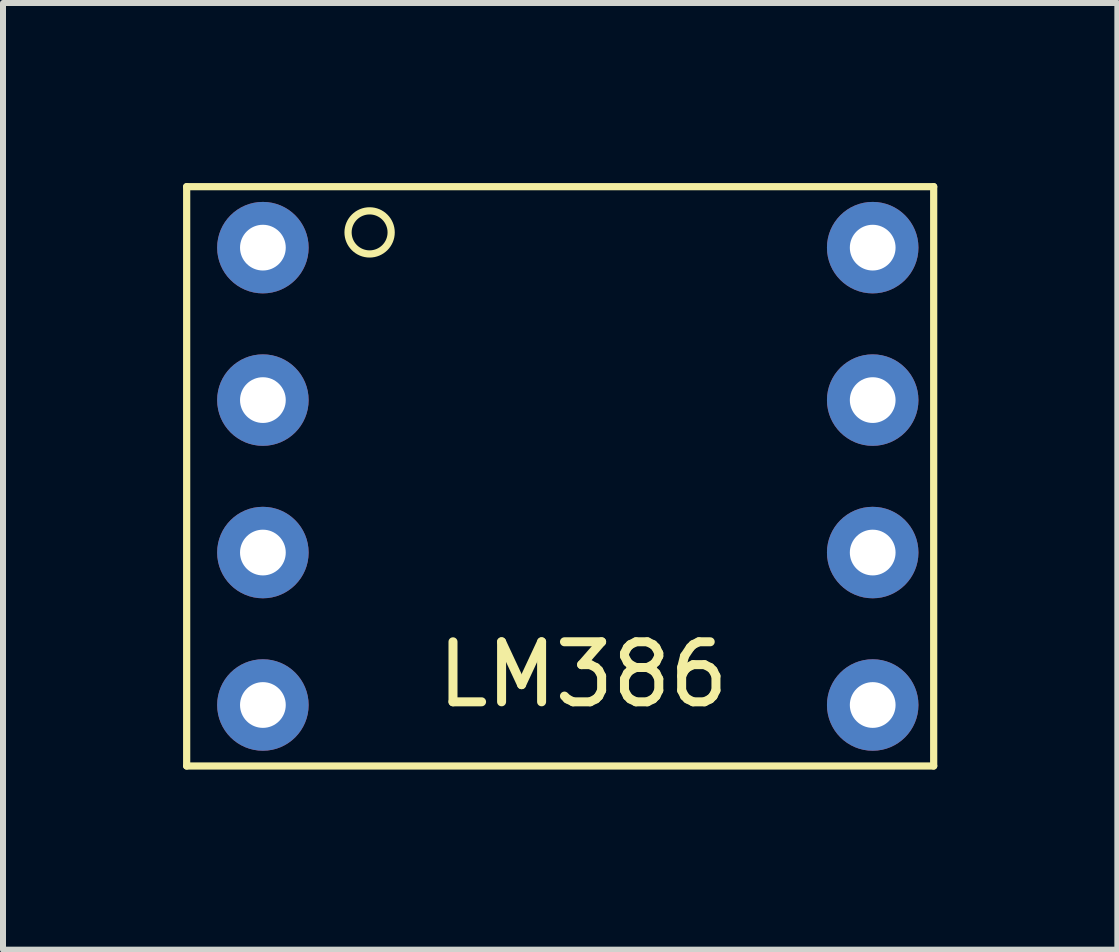
<source format=kicad_pcb>
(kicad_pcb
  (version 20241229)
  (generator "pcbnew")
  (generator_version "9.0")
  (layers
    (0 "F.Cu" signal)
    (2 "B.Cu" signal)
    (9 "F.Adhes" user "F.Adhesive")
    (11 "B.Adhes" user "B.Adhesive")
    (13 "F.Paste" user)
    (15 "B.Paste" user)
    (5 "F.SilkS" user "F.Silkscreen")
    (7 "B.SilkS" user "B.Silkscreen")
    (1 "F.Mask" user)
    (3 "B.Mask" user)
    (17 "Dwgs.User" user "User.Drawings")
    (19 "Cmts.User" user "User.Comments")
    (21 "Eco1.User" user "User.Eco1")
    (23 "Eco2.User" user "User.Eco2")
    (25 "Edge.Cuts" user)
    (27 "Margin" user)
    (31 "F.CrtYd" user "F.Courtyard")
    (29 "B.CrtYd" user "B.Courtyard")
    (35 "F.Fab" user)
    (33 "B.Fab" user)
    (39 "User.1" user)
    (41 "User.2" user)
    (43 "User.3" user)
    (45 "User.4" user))
  (footprint "LM386"
    (layer "F.Cu")
    (at 6.41 6.156)
    (property "Reference" "LM386" (at 0.254 2.032 0) (layer "F.SilkS") (effects (font (size 1 1) (thickness 0.15))))
    (attr through_hole)
    (fp_line (start -6.35 -6.096) (end -6.35 3.556) (stroke (width 0.12) (type solid)) (layer "F.SilkS"))
    (fp_line (start -6.35 3.556) (end 6.096 3.556) (stroke (width 0.12) (type solid)) (layer "F.SilkS"))
    (fp_line (start 6.096 -6.096) (end -6.35 -6.096) (stroke (width 0.12) (type solid)) (layer "F.SilkS"))
    (fp_line (start 6.096 3.556) (end 6.096 -6.096) (stroke (width 0.12) (type solid)) (layer "F.SilkS"))
    (fp_circle (center -3.302 -5.334) (end -3.048 -5.08) (stroke (width 0.12) (type solid)) (fill no) (layer "F.SilkS"))
    (pad "1" thru_hole circle (at -5.08 -5.08) (size 1.524 1.524) (drill 0.762) (layers "*.Cu" "*.Mask"))
    (pad "2" thru_hole circle (at -5.08 -2.54) (size 1.524 1.524) (drill 0.762) (layers "*.Cu" "*.Mask"))
    (pad "3" thru_hole circle (at -5.08 0) (size 1.524 1.524) (drill 0.762) (layers "*.Cu" "*.Mask"))
    (pad "4" thru_hole circle (at -5.08 2.54) (size 1.524 1.524) (drill 0.762) (layers "*.Cu" "*.Mask"))
    (pad "5" thru_hole circle (at 5.08 2.54) (size 1.524 1.524) (drill 0.762) (layers "*.Cu" "*.Mask"))
    (pad "6" thru_hole circle (at 5.08 0) (size 1.524 1.524) (drill 0.762) (layers "*.Cu" "*.Mask"))
    (pad "7" thru_hole circle (at 5.08 -2.54) (size 1.524 1.524) (drill 0.762) (layers "*.Cu" "*.Mask"))
    (pad "8" thru_hole circle (at 5.08 -5.08) (size 1.524 1.524) (drill 0.762) (layers "*.Cu" "*.Mask")))
  (gr_rect
    (start -3 -3)
    (end 15.566 12.772)
    (stroke (width 0.1) (type default))
    (fill no)
    (layer "Edge.Cuts")))
</source>
